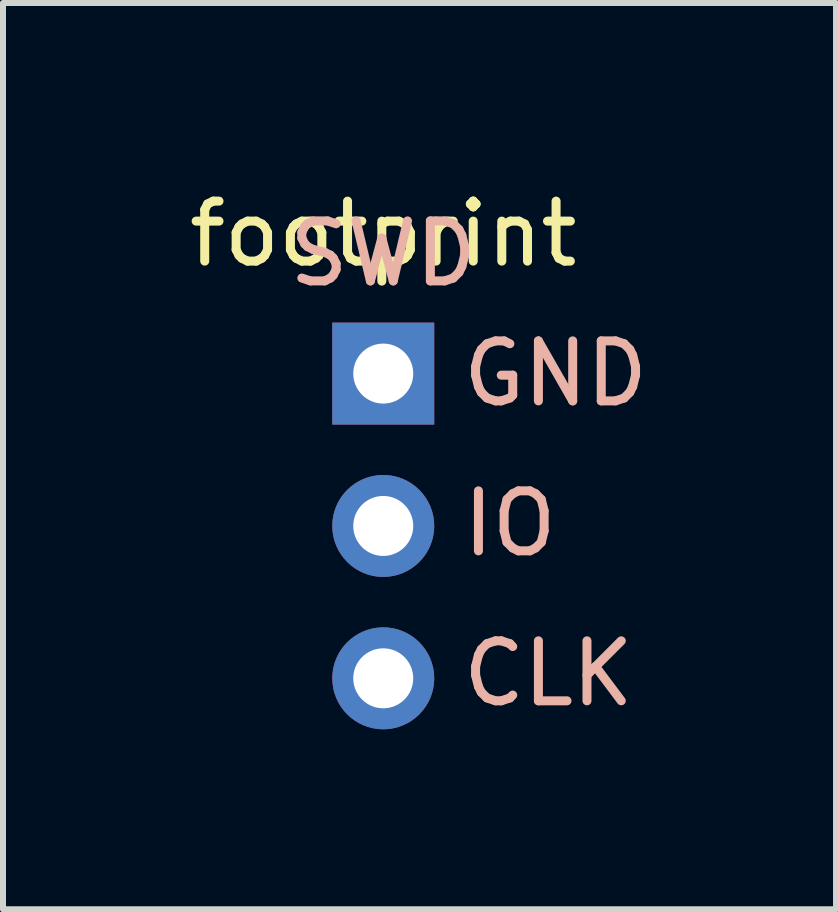
<source format=kicad_pcb>
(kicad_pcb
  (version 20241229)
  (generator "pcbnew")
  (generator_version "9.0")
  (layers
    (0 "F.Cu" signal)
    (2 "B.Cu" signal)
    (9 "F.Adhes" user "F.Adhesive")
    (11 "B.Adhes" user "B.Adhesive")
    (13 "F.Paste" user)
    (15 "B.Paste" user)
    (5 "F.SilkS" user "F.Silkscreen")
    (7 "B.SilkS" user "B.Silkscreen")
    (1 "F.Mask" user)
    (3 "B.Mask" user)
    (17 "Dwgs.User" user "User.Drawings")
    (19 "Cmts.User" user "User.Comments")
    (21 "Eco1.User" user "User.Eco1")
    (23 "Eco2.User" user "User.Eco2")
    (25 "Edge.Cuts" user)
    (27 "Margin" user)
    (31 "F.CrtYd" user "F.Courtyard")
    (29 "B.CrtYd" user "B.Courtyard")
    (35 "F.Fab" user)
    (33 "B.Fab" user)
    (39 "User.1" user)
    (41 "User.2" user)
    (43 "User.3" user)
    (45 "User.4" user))
  (footprint "footprint"
    (layer "F.Cu")
    (at 3.339 3.178)
    (property "Reference" "footprint" (at 0 -2.33 0) (layer "F.SilkS") (effects (font (size 1 1) (thickness 0.15))))
    (attr through_hole dnp)
    (fp_text user "IO" (at 1.25 2.5 0) (unlocked yes) (layer "B.SilkS") (effects (font (size 1 1) (thickness 0.15)) (justify left)))
    (fp_text user "SWD" (at 0 -2 0) (unlocked yes) (layer "B.SilkS") (effects (font (size 1 1) (thickness 0.15))))
    (fp_text user "CLK" (at 1.25 5 0) (unlocked yes) (layer "B.SilkS") (effects (font (size 1 1) (thickness 0.15)) (justify left)))
    (fp_text user "GND" (at 1.25 0 0) (unlocked yes) (layer "B.SilkS") (effects (font (size 1 1) (thickness 0.15)) (justify left)))
    (pad "1" thru_hole rect (at 0 0) (size 1.7 1.7) (drill 1) (layers "*.Cu" "*.Mask"))
    (pad "2" thru_hole oval (at 0 2.54) (size 1.7 1.7) (drill 1) (layers "*.Cu" "*.Mask"))
    (pad "3" thru_hole oval (at 0 5.08) (size 1.7 1.7) (drill 1) (layers "*.Cu" "*.Mask")))
  (gr_rect
    (start -3 -3)
    (end 10.887 12.108)
    (stroke (width 0.1) (type default))
    (fill no)
    (layer "Edge.Cuts")))
</source>
